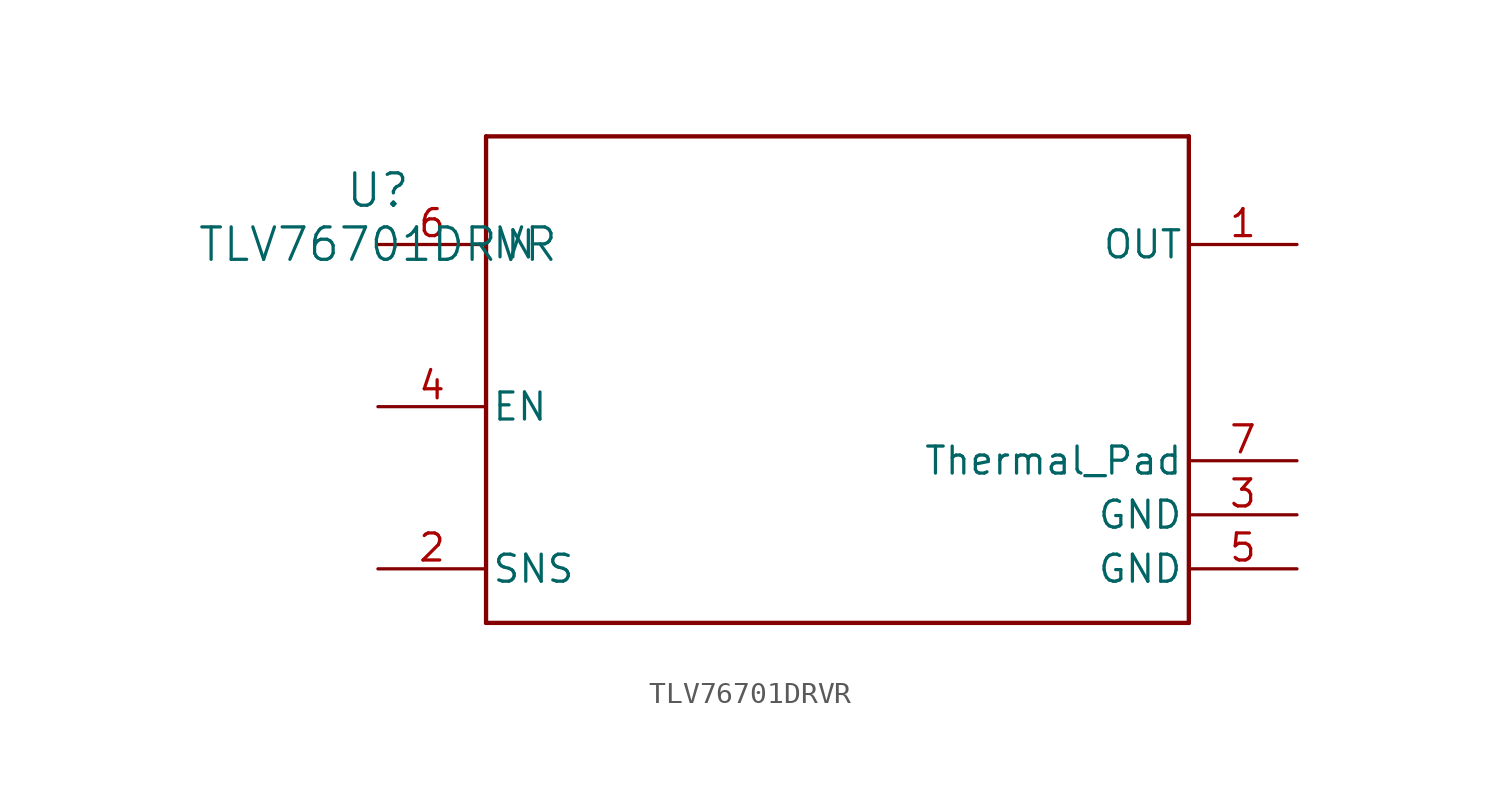
<source format=kicad_sym>
(kicad_symbol_lib
  (version 20211014)
  (generator kicad_symbol_editor)
  (symbol "TLV76701DRVR"
    (pin_names
      (offset 0.254))
    (property "Reference" "U"
      (at 0 2.54 0)
      (effects (font (size 1.524 1.524))))
    (property "Value" "TLV76701DRVR"
      (at 0 0 0)
      (effects (font (size 1.524 1.524))))
    (symbol "TLV76701DRVR_0_1"
      (polyline (pts (xy 5.08 -17.78) (xy 38.1 -17.78)) (stroke (width 0.203) (type default) (color 0 0 0 0)) (fill (type none)))
      (polyline (pts (xy 38.1 -17.78) (xy 38.1 5.08)) (stroke (width 0.203) (type default) (color 0 0 0 0)) (fill (type none)))
      (polyline (pts (xy 38.1 5.08) (xy 5.08 5.08)) (stroke (width 0.203) (type default) (color 0 0 0 0)) (fill (type none)))
      (polyline (pts (xy 5.08 5.08) (xy 5.08 -17.78)) (stroke (width 0.203) (type default) (color 0 0 0 0)) (fill (type none)))
      (pin output line (at 43.18 0 180) (length 5.08) (name "OUT" (effects (font (size 1.27 1.27)))) (number "1" (effects (font (size 1.27 1.27)))))
      (pin input line (at 0 -15.24 0) (length 5.08) (name "SNS" (effects (font (size 1.27 1.27)))) (number "2" (effects (font (size 1.27 1.27)))))
      (pin power_in line (at 43.18 -12.7 180) (length 5.08) (name "GND" (effects (font (size 1.27 1.27)))) (number "3" (effects (font (size 1.27 1.27)))))
      (pin input line (at 0 -7.62 0) (length 5.08) (name "EN" (effects (font (size 1.27 1.27)))) (number "4" (effects (font (size 1.27 1.27)))))
      (pin power_in line (at 43.18 -15.24 180) (length 5.08) (name "GND" (effects (font (size 1.27 1.27)))) (number "5" (effects (font (size 1.27 1.27)))))
      (pin power_in line (at 0 0 0) (length 5.08) (name "IN" (effects (font (size 1.27 1.27)))) (number "6" (effects (font (size 1.27 1.27)))))
      (pin unspecified line (at 43.18 -10.16 180) (length 5.08) (name "Thermal_Pad" (effects (font (size 1.27 1.27)))) (number "7" (effects (font (size 1.27 1.27))))))))
</source>
